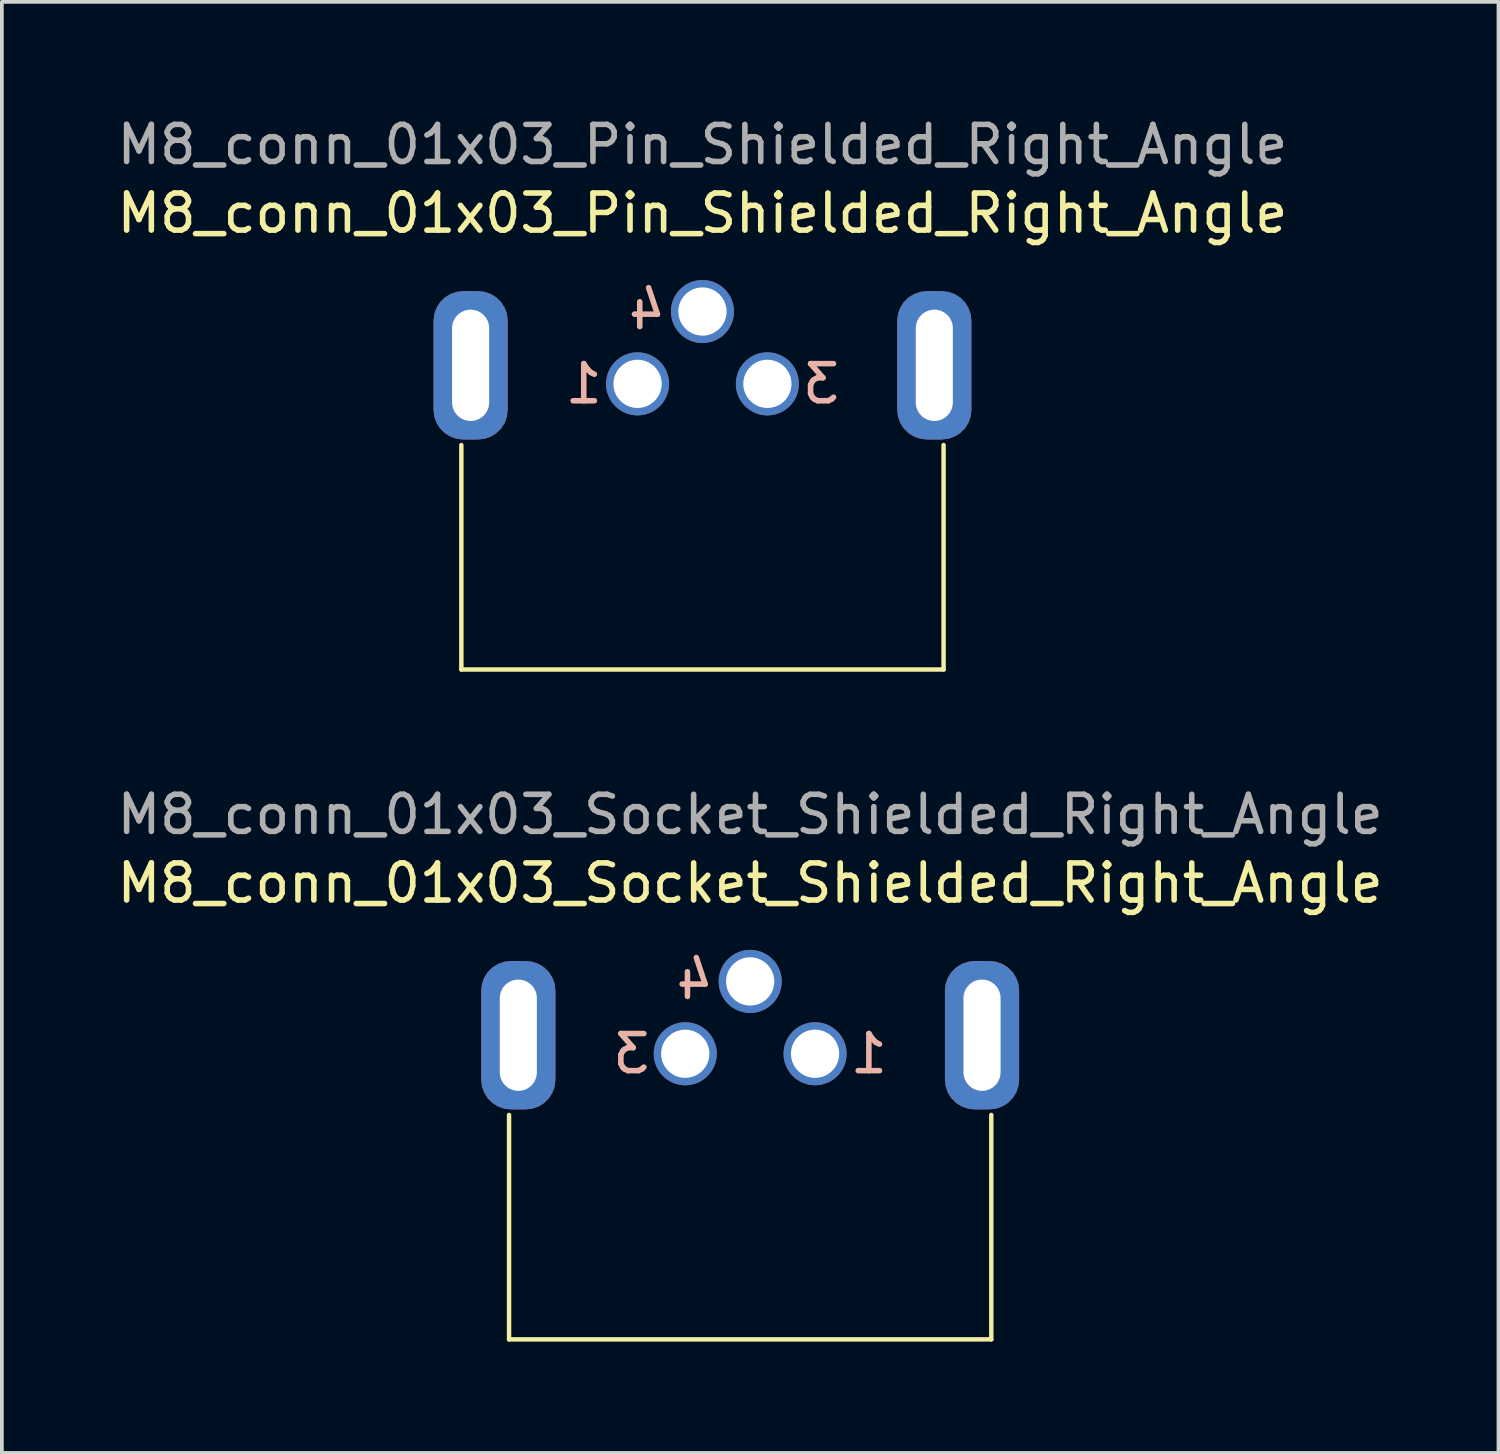
<source format=kicad_pcb>
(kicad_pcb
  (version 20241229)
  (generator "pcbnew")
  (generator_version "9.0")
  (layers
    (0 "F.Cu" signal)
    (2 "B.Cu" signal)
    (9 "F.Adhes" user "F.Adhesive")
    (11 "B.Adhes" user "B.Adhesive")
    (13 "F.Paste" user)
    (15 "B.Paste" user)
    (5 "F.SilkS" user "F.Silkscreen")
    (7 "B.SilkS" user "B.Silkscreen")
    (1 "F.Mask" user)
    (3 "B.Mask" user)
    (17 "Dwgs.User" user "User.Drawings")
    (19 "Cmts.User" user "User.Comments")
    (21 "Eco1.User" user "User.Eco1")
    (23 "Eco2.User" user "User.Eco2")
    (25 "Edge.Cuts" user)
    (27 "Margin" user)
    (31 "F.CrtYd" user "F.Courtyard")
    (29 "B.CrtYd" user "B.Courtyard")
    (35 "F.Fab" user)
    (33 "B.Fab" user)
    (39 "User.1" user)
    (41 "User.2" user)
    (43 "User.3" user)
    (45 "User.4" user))
  (footprint "M8_conn_01x03_Socket_Shielded_Right_Angle"
    (layer "F.Cu")
    (at 17.173 24.857)
    (property "Reference" "M8_conn_01x03_Socket_Shielded_Right_Angle" (at 0 -4.1 0) (unlocked yes) (layer "F.SilkS") (effects (font (size 1 1) (thickness 0.15))))
    (attr smd)
    (fp_line (start -6.5 2.15) (end -6.5 8.2) (stroke (width 0.12) (type default)) (layer "F.SilkS"))
    (fp_line (start -6.5 8.2) (end 6.5 8.2) (stroke (width 0.12) (type default)) (layer "F.SilkS"))
    (fp_line (start 6.5 8.2) (end 6.5 2.15) (stroke (width 0.12) (type default)) (layer "F.SilkS"))
    (fp_text user "1" (at 3.2 0.5 0) (unlocked yes) (layer "B.SilkS") (effects (font (size 1 1) (thickness 0.15)) (justify mirror)))
    (fp_text user "4" (at -1.5 -1.5 0) (unlocked yes) (layer "B.SilkS") (effects (font (size 1 1) (thickness 0.15)) (justify mirror)))
    (fp_text user "3" (at -3.2 0.5 0) (unlocked yes) (layer "B.SilkS") (effects (font (size 1 1) (thickness 0.15)) (justify mirror)))
    (fp_text user "${REFERENCE}" (at 0 -5.95 0) (unlocked yes) (layer "F.Fab") (effects (font (size 1 1) (thickness 0.15))))
    (pad "1" thru_hole circle (at 1.75 0.5) (size 1.7 1.7) (drill 1.3) (layers "*.Cu" "*.Mask"))
    (pad "3" thru_hole circle (at -1.75 0.5) (size 1.7 1.7) (drill 1.3) (layers "*.Cu" "*.Mask"))
    (pad "4" thru_hole circle (at 0 -1.45) (size 1.7 1.7) (drill 1.3) (layers "*.Cu" "*.Mask"))
    (pad "SH" thru_hole roundrect (at -6.25 0) (size 2 4) (drill oval 1 3) (layers "*.Cu" "*.Mask") (roundrect_rratio 0.4))
    (pad "SH" thru_hole roundrect (at 6.25 0) (size 2 4) (drill oval 1 3) (layers "*.Cu" "*.Mask") (roundrect_rratio 0.4)))
  (footprint "M8_conn_01x03_Pin_Shielded_Right_Angle"
    (layer "F.Cu")
    (at 15.887 6.798)
    (property "Reference" "M8_conn_01x03_Pin_Shielded_Right_Angle" (at 0 -4.1 0) (unlocked yes) (layer "F.SilkS") (effects (font (size 1 1) (thickness 0.15))))
    (attr smd)
    (fp_line (start -6.5 2.15) (end -6.5 8.2) (stroke (width 0.12) (type default)) (layer "F.SilkS"))
    (fp_line (start -6.5 8.2) (end 6.5 8.2) (stroke (width 0.12) (type default)) (layer "F.SilkS"))
    (fp_line (start 6.5 8.2) (end 6.5 2.15) (stroke (width 0.12) (type default)) (layer "F.SilkS"))
    (fp_text user "4" (at -1.5 -1.5 0) (unlocked yes) (layer "B.SilkS") (effects (font (size 1 1) (thickness 0.15)) (justify mirror)))
    (fp_text user "3" (at 3.2 0.5 0) (unlocked yes) (layer "B.SilkS") (effects (font (size 1 1) (thickness 0.15)) (justify mirror)))
    (fp_text user "1" (at -3.2 0.5 0) (unlocked yes) (layer "B.SilkS") (effects (font (size 1 1) (thickness 0.15)) (justify mirror)))
    (fp_text user "${REFERENCE}" (at 0 -5.95 0) (unlocked yes) (layer "F.Fab") (effects (font (size 1 1) (thickness 0.15))))
    (pad "1" thru_hole circle (at -1.75 0.5) (size 1.7 1.7) (drill 1.3) (layers "*.Cu" "*.Mask"))
    (pad "3" thru_hole circle (at 1.75 0.5) (size 1.7 1.7) (drill 1.3) (layers "*.Cu" "*.Mask"))
    (pad "4" thru_hole circle (at 0 -1.45) (size 1.7 1.7) (drill 1.3) (layers "*.Cu" "*.Mask"))
    (pad "SH" thru_hole roundrect (at -6.25 0) (size 2 4) (drill oval 1 3) (layers "*.Cu" "*.Mask") (roundrect_rratio 0.4))
    (pad "SH" thru_hole roundrect (at 6.25 0) (size 2 4) (drill oval 1 3) (layers "*.Cu" "*.Mask") (roundrect_rratio 0.4)))
  (gr_rect
    (start -3 -3)
    (end 37.345 36.117)
    (stroke (width 0.1) (type default))
    (fill no)
    (layer "Edge.Cuts")))
</source>
